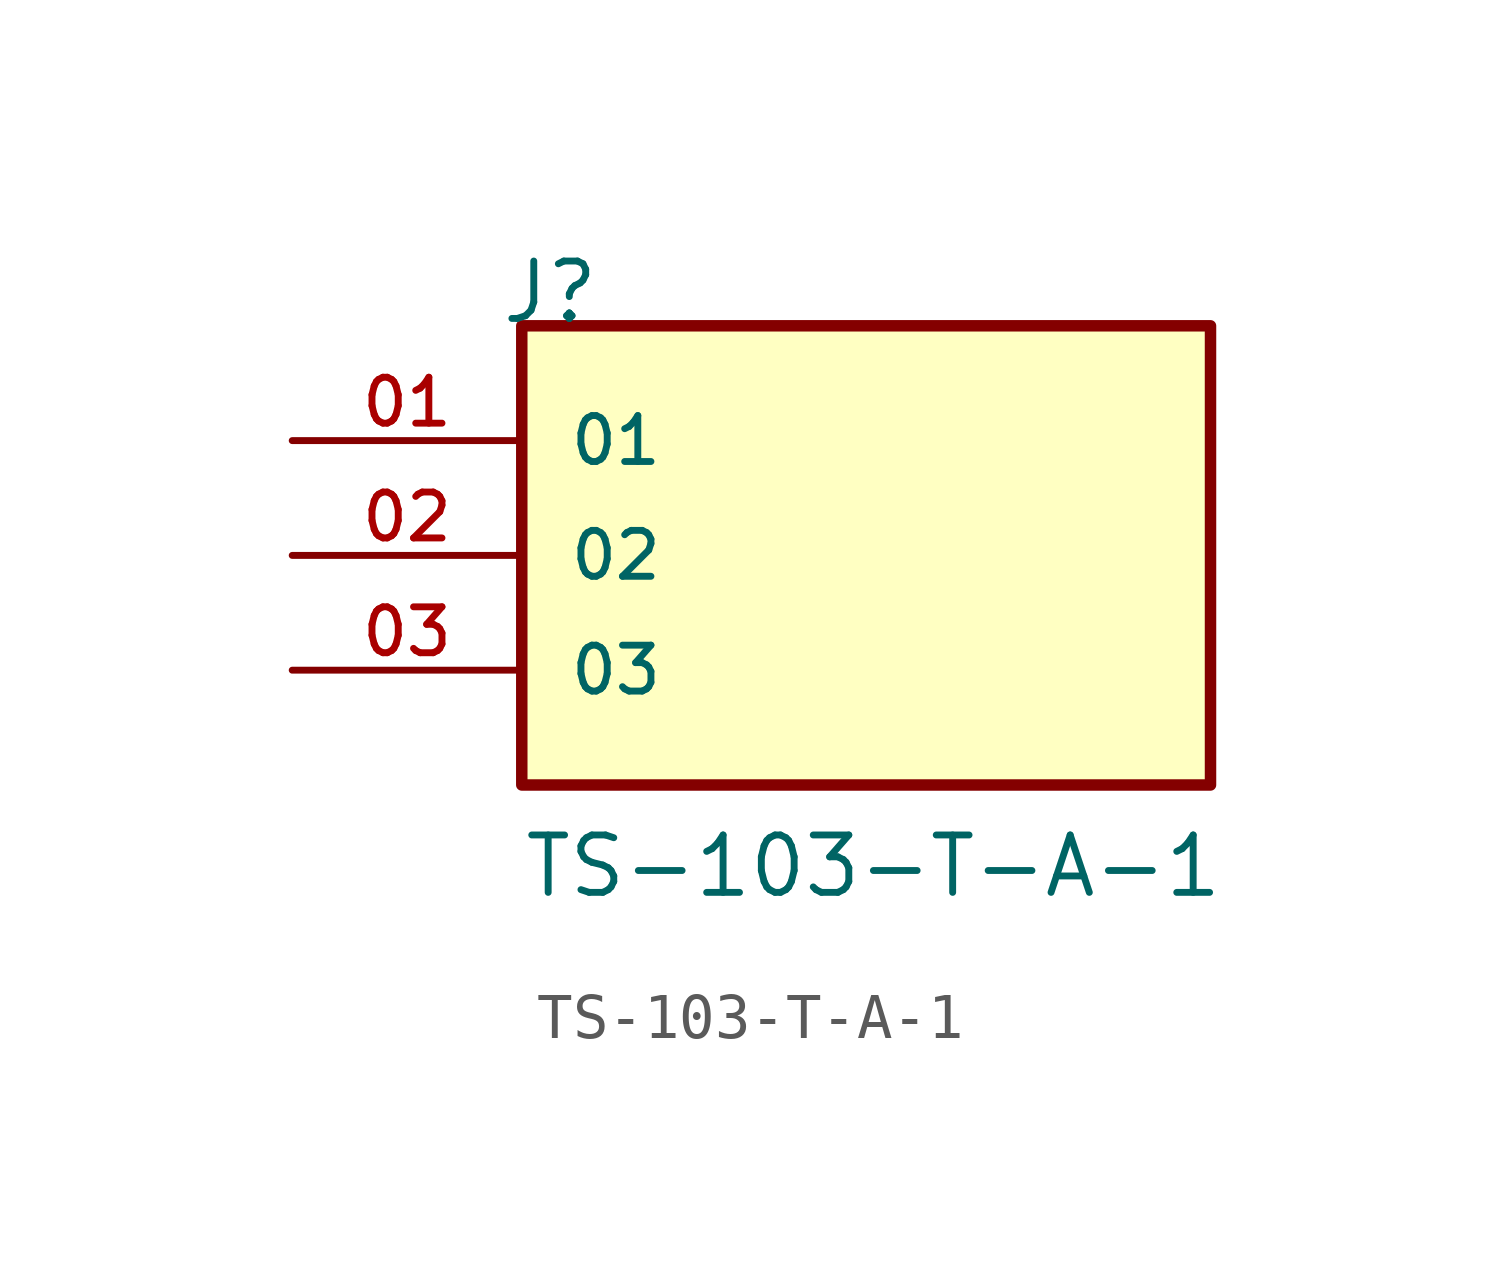
<source format=kicad_sym>
(kicad_symbol_lib
  (version 20211014)
  (generator kicad_symbol_editor)
  (symbol "TS-103-T-A-1"
    (pin_names
      (offset 1.016))
    (property "Reference" "J"
      (at -8.12 5.08 0)
      (effects (font (size 1.27 1.27)) (justify bottom left)))
    (property "Value" "TS-103-T-A-1"
      (at -7.62 -7.62 0)
      (effects (font (size 1.27 1.27)) (justify bottom left)))
    (symbol "TS-103-T-A-1_0_0"
      (rectangle (start -7.62 -5.08) (end 7.62 5.08) (stroke (width 0.254)) (fill (type background)))
      (pin passive line (at -12.7 2.54 0) (length 5.08) (name "01" (effects (font (size 1.016 1.016)))) (number "01" (effects (font (size 1.016 1.016)))))
      (pin passive line (at -12.7 0.0 0) (length 5.08) (name "02" (effects (font (size 1.016 1.016)))) (number "02" (effects (font (size 1.016 1.016)))))
      (pin passive line (at -12.7 -2.54 0) (length 5.08) (name "03" (effects (font (size 1.016 1.016)))) (number "03" (effects (font (size 1.016 1.016))))))))
</source>
